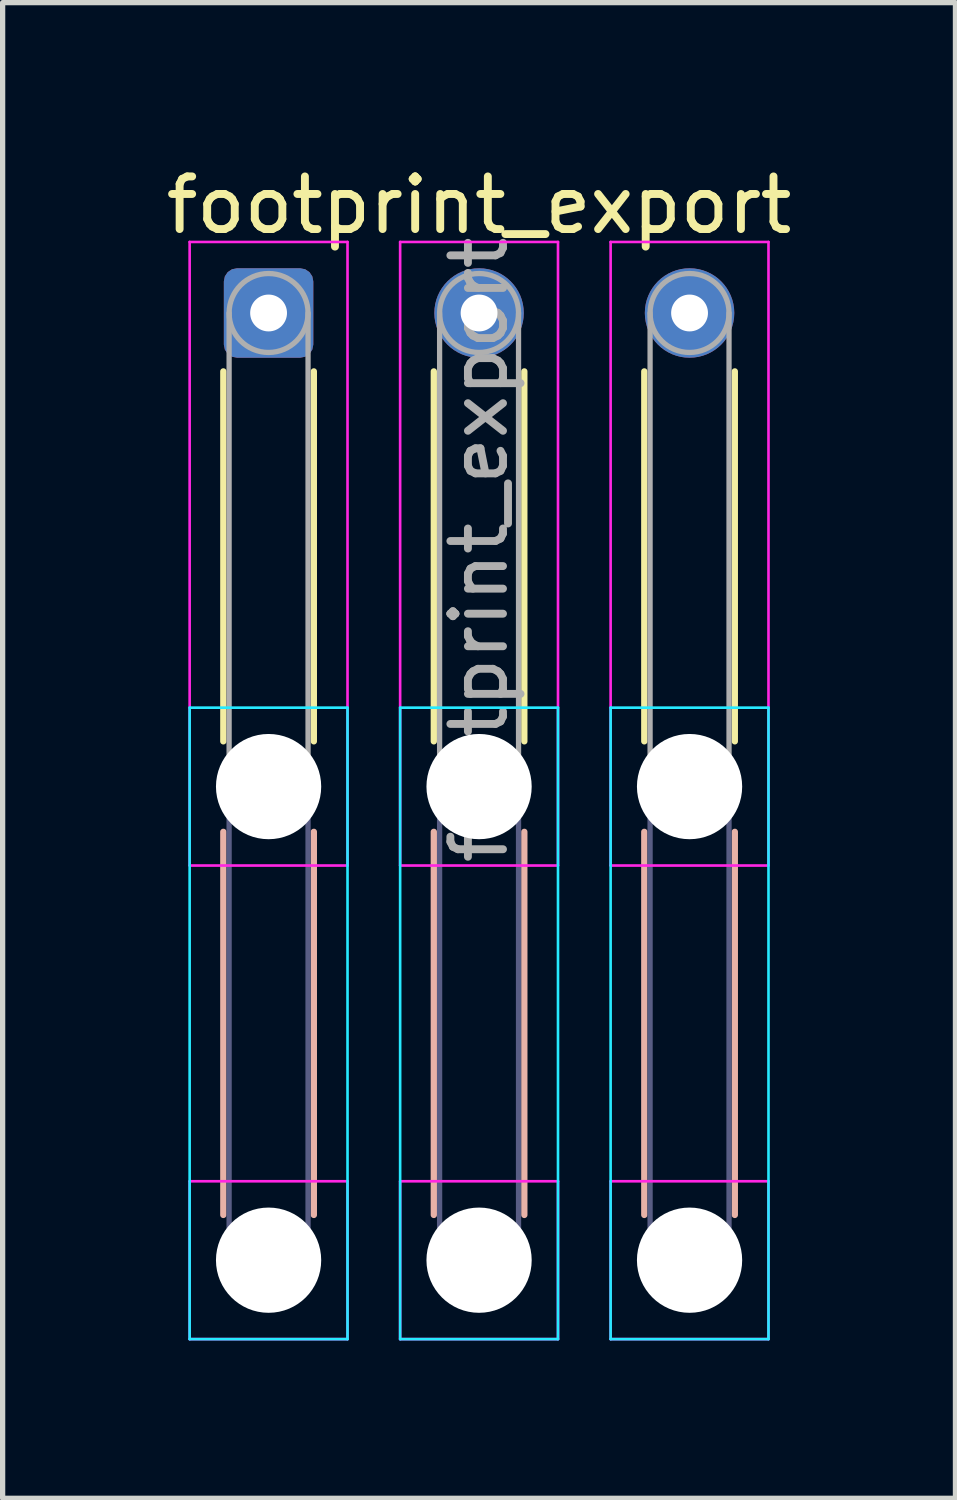
<source format=kicad_pcb>
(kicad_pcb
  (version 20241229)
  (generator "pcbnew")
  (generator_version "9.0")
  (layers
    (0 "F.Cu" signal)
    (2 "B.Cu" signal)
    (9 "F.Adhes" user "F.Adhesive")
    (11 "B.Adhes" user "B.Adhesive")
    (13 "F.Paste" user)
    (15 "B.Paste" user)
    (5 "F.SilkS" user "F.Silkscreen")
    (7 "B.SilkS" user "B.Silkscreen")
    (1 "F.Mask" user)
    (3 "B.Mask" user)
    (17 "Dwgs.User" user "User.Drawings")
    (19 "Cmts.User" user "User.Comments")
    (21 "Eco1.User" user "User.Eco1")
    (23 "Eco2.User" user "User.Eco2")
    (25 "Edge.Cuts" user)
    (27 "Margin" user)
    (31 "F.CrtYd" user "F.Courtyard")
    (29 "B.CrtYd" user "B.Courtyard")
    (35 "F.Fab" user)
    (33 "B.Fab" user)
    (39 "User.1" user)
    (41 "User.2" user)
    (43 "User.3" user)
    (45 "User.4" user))
  (footprint "footprint_export"
    (layer "F.Cu")
    (at 2.054 2.898)
    (property "Reference" "footprint_export" (at 4 -2.05 0) (layer "F.SilkS") (effects (font (size 1 1) (thickness 0.15))))
    (attr exclude_from_pos_files exclude_from_bom)
    (fp_line (start -0.86 1.11) (end -0.86 8.14) (stroke (width 0.12) (type solid)) (layer "F.SilkS"))
    (fp_line (start 0.86 1.11) (end 0.86 8.14) (stroke (width 0.12) (type solid)) (layer "F.SilkS"))
    (fp_line (start 3.14 1.11) (end 3.14 8.14) (stroke (width 0.12) (type solid)) (layer "F.SilkS"))
    (fp_line (start 4.86 1.11) (end 4.86 8.14) (stroke (width 0.12) (type solid)) (layer "F.SilkS"))
    (fp_line (start 7.14 1.11) (end 7.14 8.14) (stroke (width 0.12) (type solid)) (layer "F.SilkS"))
    (fp_line (start 8.86 1.11) (end 8.86 8.14) (stroke (width 0.12) (type solid)) (layer "F.SilkS"))
    (fp_line (start -0.86 9.86) (end -0.86 17.14) (stroke (width 0.12) (type solid)) (layer "B.SilkS"))
    (fp_line (start 0.86 9.86) (end 0.86 17.14) (stroke (width 0.12) (type solid)) (layer "B.SilkS"))
    (fp_line (start 3.14 9.86) (end 3.14 17.14) (stroke (width 0.12) (type solid)) (layer "B.SilkS"))
    (fp_line (start 4.86 9.86) (end 4.86 17.14) (stroke (width 0.12) (type solid)) (layer "B.SilkS"))
    (fp_line (start 7.14 9.86) (end 7.14 17.14) (stroke (width 0.12) (type solid)) (layer "B.SilkS"))
    (fp_line (start 8.86 9.86) (end 8.86 17.14) (stroke (width 0.12) (type solid)) (layer "B.SilkS"))
    (fp_line (start -1.5 7.5) (end -1.5 19.5) (stroke (width 0.05) (type solid)) (layer "B.CrtYd"))
    (fp_line (start -1.5 19.5) (end 1.5 19.5) (stroke (width 0.05) (type solid)) (layer "B.CrtYd"))
    (fp_line (start 1.5 7.5) (end -1.5 7.5) (stroke (width 0.05) (type solid)) (layer "B.CrtYd"))
    (fp_line (start 1.5 19.5) (end 1.5 7.5) (stroke (width 0.05) (type solid)) (layer "B.CrtYd"))
    (fp_line (start 2.5 7.5) (end 2.5 19.5) (stroke (width 0.05) (type solid)) (layer "B.CrtYd"))
    (fp_line (start 2.5 19.5) (end 5.5 19.5) (stroke (width 0.05) (type solid)) (layer "B.CrtYd"))
    (fp_line (start 5.5 7.5) (end 2.5 7.5) (stroke (width 0.05) (type solid)) (layer "B.CrtYd"))
    (fp_line (start 5.5 19.5) (end 5.5 7.5) (stroke (width 0.05) (type solid)) (layer "B.CrtYd"))
    (fp_line (start 6.5 7.5) (end 6.5 19.5) (stroke (width 0.05) (type solid)) (layer "B.CrtYd"))
    (fp_line (start 6.5 19.5) (end 9.5 19.5) (stroke (width 0.05) (type solid)) (layer "B.CrtYd"))
    (fp_line (start 9.5 7.5) (end 6.5 7.5) (stroke (width 0.05) (type solid)) (layer "B.CrtYd"))
    (fp_line (start 9.5 19.5) (end 9.5 7.5) (stroke (width 0.05) (type solid)) (layer "B.CrtYd"))
    (fp_line (start -1.5 -1.35) (end -1.5 10.5) (stroke (width 0.05) (type solid)) (layer "F.CrtYd"))
    (fp_line (start -1.5 10.5) (end 1.5 10.5) (stroke (width 0.05) (type solid)) (layer "F.CrtYd"))
    (fp_line (start -1.5 16.5) (end -1.5 19.5) (stroke (width 0.05) (type solid)) (layer "F.CrtYd"))
    (fp_line (start -1.5 19.5) (end 1.5 19.5) (stroke (width 0.05) (type solid)) (layer "F.CrtYd"))
    (fp_line (start 1.5 -1.35) (end -1.5 -1.35) (stroke (width 0.05) (type solid)) (layer "F.CrtYd"))
    (fp_line (start 1.5 10.5) (end 1.5 -1.35) (stroke (width 0.05) (type solid)) (layer "F.CrtYd"))
    (fp_line (start 1.5 16.5) (end -1.5 16.5) (stroke (width 0.05) (type solid)) (layer "F.CrtYd"))
    (fp_line (start 1.5 19.5) (end 1.5 16.5) (stroke (width 0.05) (type solid)) (layer "F.CrtYd"))
    (fp_line (start 2.5 -1.35) (end 2.5 10.5) (stroke (width 0.05) (type solid)) (layer "F.CrtYd"))
    (fp_line (start 2.5 10.5) (end 5.5 10.5) (stroke (width 0.05) (type solid)) (layer "F.CrtYd"))
    (fp_line (start 2.5 16.5) (end 2.5 19.5) (stroke (width 0.05) (type solid)) (layer "F.CrtYd"))
    (fp_line (start 2.5 19.5) (end 5.5 19.5) (stroke (width 0.05) (type solid)) (layer "F.CrtYd"))
    (fp_line (start 5.5 -1.35) (end 2.5 -1.35) (stroke (width 0.05) (type solid)) (layer "F.CrtYd"))
    (fp_line (start 5.5 10.5) (end 5.5 -1.35) (stroke (width 0.05) (type solid)) (layer "F.CrtYd"))
    (fp_line (start 5.5 16.5) (end 2.5 16.5) (stroke (width 0.05) (type solid)) (layer "F.CrtYd"))
    (fp_line (start 5.5 19.5) (end 5.5 16.5) (stroke (width 0.05) (type solid)) (layer "F.CrtYd"))
    (fp_line (start 6.5 -1.35) (end 6.5 10.5) (stroke (width 0.05) (type solid)) (layer "F.CrtYd"))
    (fp_line (start 6.5 10.5) (end 9.5 10.5) (stroke (width 0.05) (type solid)) (layer "F.CrtYd"))
    (fp_line (start 6.5 16.5) (end 6.5 19.5) (stroke (width 0.05) (type solid)) (layer "F.CrtYd"))
    (fp_line (start 6.5 19.5) (end 9.5 19.5) (stroke (width 0.05) (type solid)) (layer "F.CrtYd"))
    (fp_line (start 9.5 -1.35) (end 6.5 -1.35) (stroke (width 0.05) (type solid)) (layer "F.CrtYd"))
    (fp_line (start 9.5 10.5) (end 9.5 -1.35) (stroke (width 0.05) (type solid)) (layer "F.CrtYd"))
    (fp_line (start 9.5 16.5) (end 6.5 16.5) (stroke (width 0.05) (type solid)) (layer "F.CrtYd"))
    (fp_line (start 9.5 19.5) (end 9.5 16.5) (stroke (width 0.05) (type solid)) (layer "F.CrtYd"))
    (fp_line (start -0.75 9) (end -0.75 18) (stroke (width 0.1) (type solid)) (layer "B.Fab"))
    (fp_line (start 0.75 9) (end 0.75 18) (stroke (width 0.1) (type solid)) (layer "B.Fab"))
    (fp_line (start 3.25 9) (end 3.25 18) (stroke (width 0.1) (type solid)) (layer "B.Fab"))
    (fp_line (start 4.75 9) (end 4.75 18) (stroke (width 0.1) (type solid)) (layer "B.Fab"))
    (fp_line (start 7.25 9) (end 7.25 18) (stroke (width 0.1) (type solid)) (layer "B.Fab"))
    (fp_line (start 8.75 9) (end 8.75 18) (stroke (width 0.1) (type solid)) (layer "B.Fab"))
    (fp_circle (center 0 9) (end 0.75 9) (stroke (width 0.1) (type solid)) (fill no) (layer "B.Fab"))
    (fp_circle (center 0 18) (end 0.75 18) (stroke (width 0.1) (type solid)) (fill no) (layer "B.Fab"))
    (fp_circle (center 4 9) (end 4.75 9) (stroke (width 0.1) (type solid)) (fill no) (layer "B.Fab"))
    (fp_circle (center 4 18) (end 4.75 18) (stroke (width 0.1) (type solid)) (fill no) (layer "B.Fab"))
    (fp_circle (center 8 9) (end 8.75 9) (stroke (width 0.1) (type solid)) (fill no) (layer "B.Fab"))
    (fp_circle (center 8 18) (end 8.75 18) (stroke (width 0.1) (type solid)) (fill no) (layer "B.Fab"))
    (fp_line (start -0.75 0) (end -0.75 9) (stroke (width 0.1) (type solid)) (layer "F.Fab"))
    (fp_line (start 0.75 0) (end 0.75 9) (stroke (width 0.1) (type solid)) (layer "F.Fab"))
    (fp_line (start 3.25 0) (end 3.25 9) (stroke (width 0.1) (type solid)) (layer "F.Fab"))
    (fp_line (start 4.75 0) (end 4.75 9) (stroke (width 0.1) (type solid)) (layer "F.Fab"))
    (fp_line (start 7.25 0) (end 7.25 9) (stroke (width 0.1) (type solid)) (layer "F.Fab"))
    (fp_line (start 8.75 0) (end 8.75 9) (stroke (width 0.1) (type solid)) (layer "F.Fab"))
    (fp_circle (center 0 0) (end 0.75 0) (stroke (width 0.1) (type solid)) (fill no) (layer "F.Fab"))
    (fp_circle (center 0 9) (end 0.75 9) (stroke (width 0.1) (type solid)) (fill no) (layer "F.Fab"))
    (fp_circle (center 0 18) (end 0.75 18) (stroke (width 0.1) (type solid)) (fill no) (layer "F.Fab"))
    (fp_circle (center 4 0) (end 4.75 0) (stroke (width 0.1) (type solid)) (fill no) (layer "F.Fab"))
    (fp_circle (center 4 9) (end 4.75 9) (stroke (width 0.1) (type solid)) (fill no) (layer "F.Fab"))
    (fp_circle (center 4 18) (end 4.75 18) (stroke (width 0.1) (type solid)) (fill no) (layer "F.Fab"))
    (fp_circle (center 8 0) (end 8.75 0) (stroke (width 0.1) (type solid)) (fill no) (layer "F.Fab"))
    (fp_circle (center 8 9) (end 8.75 9) (stroke (width 0.1) (type solid)) (fill no) (layer "F.Fab"))
    (fp_circle (center 8 18) (end 8.75 18) (stroke (width 0.1) (type solid)) (fill no) (layer "F.Fab"))
    (fp_text user "${REFERENCE}" (at 4 4.5 90) (layer "F.Fab") (effects (font (size 1 1) (thickness 0.15))))
    (pad "" np_thru_hole circle (at 0 9) (size 2 2) (drill 2) (layers "*.Cu" "*.Mask"))
    (pad "" np_thru_hole circle (at 0 18) (size 2 2) (drill 2) (layers "*.Cu" "*.Mask"))
    (pad "" np_thru_hole circle (at 4 9) (size 2 2) (drill 2) (layers "*.Cu" "*.Mask"))
    (pad "" np_thru_hole circle (at 4 18) (size 2 2) (drill 2) (layers "*.Cu" "*.Mask"))
    (pad "" np_thru_hole circle (at 8 9) (size 2 2) (drill 2) (layers "*.Cu" "*.Mask"))
    (pad "" np_thru_hole circle (at 8 18) (size 2 2) (drill 2) (layers "*.Cu" "*.Mask"))
    (pad "1" thru_hole roundrect (at 0 0) (size 1.7 1.7) (drill 0.7) (layers "*.Cu" "*.Mask") (roundrect_rratio 0.147))
    (pad "2" thru_hole circle (at 4 0) (size 1.7 1.7) (drill 0.7) (layers "*.Cu" "*.Mask"))
    (pad "3" thru_hole circle (at 8 0) (size 1.7 1.7) (drill 0.7) (layers "*.Cu" "*.Mask")))
  (gr_rect
    (start -3 -3)
    (end 15.107 25.423)
    (stroke (width 0.1) (type default))
    (fill no)
    (layer "Edge.Cuts")))
</source>
